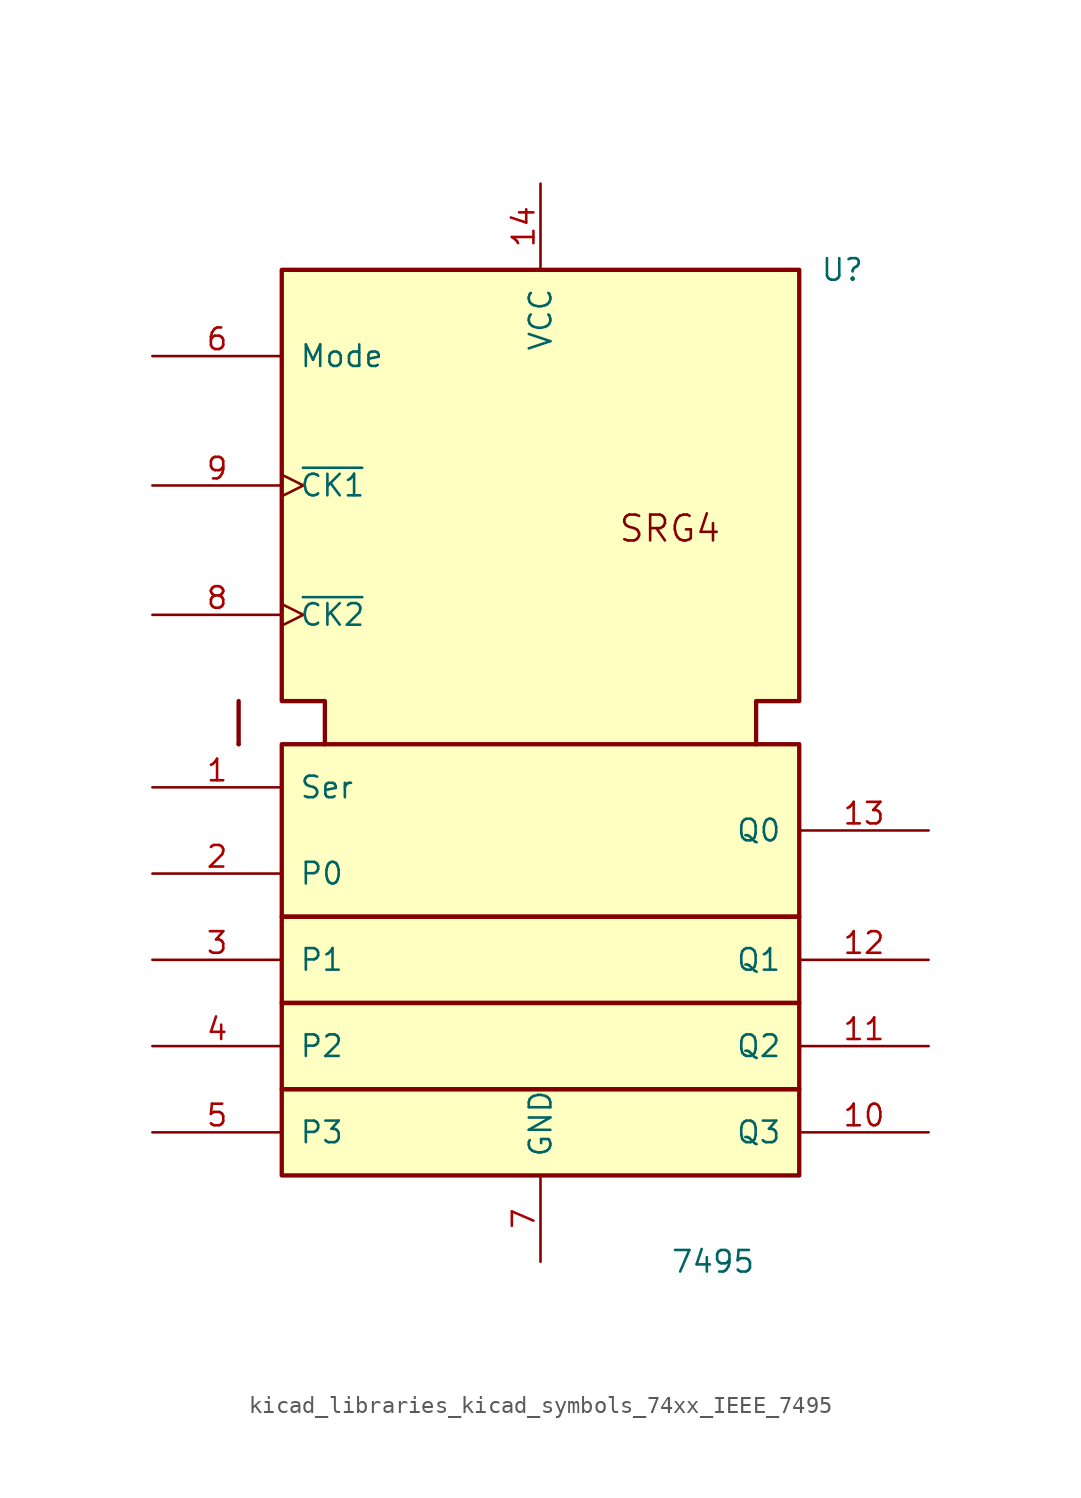
<source format=kicad_sym>
(kicad_symbol_lib
  (version 20220914)
  (generator kicad_symbol_editor)
  (symbol "kicad_libraries_kicad_symbols_74xx_IEEE_7495"
    (pin_names
      (offset 1.016))
    (property "Reference" "U"
      (at 17.78 27.94 0)
      (effects (font (size 1.27 1.27))))
    (property "Value" "7495"
      (at 10.16 -30.48 0)
      (effects (font (size 1.27 1.27))))
    (symbol "kicad_libraries_kicad_symbols_74xx_IEEE_7495_0_0"
      (polyline (pts (xy -17.78 0) (xy -17.78 0)) (stroke (width 0.254) (type default)) (fill (type background)))
      (polyline (pts (xy -17.78 2.54) (xy -17.78 0) (xy -17.78 0)) (stroke (width 0.254) (type default)) (fill (type background)))
      (text "SRG4" (at 7.62 12.7 0) (effects (font (size 1.524 1.524))))
      (pin power_in line (at 0 33.02 270) (length 5.08) (name "VCC" (effects (font (size 1.27 1.27)))) (number "14" (effects (font (size 1.27 1.27)))))
      (pin power_in line (at 0 -30.48 90) (length 5.08) (name "GND" (effects (font (size 1.27 1.27)))) (number "7" (effects (font (size 1.27 1.27))))))
    (symbol "kicad_libraries_kicad_symbols_74xx_IEEE_7495_0_1"
      (rectangle (start -15.24 -20.32) (end 15.24 -25.4) (stroke (width 0.254) (type default)) (fill (type background)))
      (rectangle (start -15.24 -15.24) (end 15.24 -20.32) (stroke (width 0.254) (type default)) (fill (type background)))
      (rectangle (start -15.24 -10.16) (end 15.24 -15.24) (stroke (width 0.254) (type default)) (fill (type background)))
      (rectangle (start -15.24 0) (end 15.24 -10.16) (stroke (width 0.254) (type default)) (fill (type background)))
      (polyline (pts (xy -12.7 0) (xy -12.7 2.54) (xy -15.24 2.54) (xy -15.24 27.94) (xy 15.24 27.94) (xy 15.24 2.54) (xy 12.7 2.54) (xy 12.7 0) (xy 12.7 0)) (stroke (width 0.254) (type default)) (fill (type background))))
    (symbol "kicad_libraries_kicad_symbols_74xx_IEEE_7495_1_1"
      (pin input line (at -22.86 -2.54 0) (length 7.62) (name "Ser" (effects (font (size 1.27 1.27)))) (number "1" (effects (font (size 1.27 1.27)))))
      (pin output line (at 22.86 -22.86 180) (length 7.62) (name "Q3" (effects (font (size 1.27 1.27)))) (number "10" (effects (font (size 1.27 1.27)))))
      (pin output line (at 22.86 -17.78 180) (length 7.62) (name "Q2" (effects (font (size 1.27 1.27)))) (number "11" (effects (font (size 1.27 1.27)))))
      (pin output line (at 22.86 -12.7 180) (length 7.62) (name "Q1" (effects (font (size 1.27 1.27)))) (number "12" (effects (font (size 1.27 1.27)))))
      (pin output line (at 22.86 -5.08 180) (length 7.62) (name "Q0" (effects (font (size 1.27 1.27)))) (number "13" (effects (font (size 1.27 1.27)))))
      (pin input line (at -22.86 -7.62 0) (length 7.62) (name "P0" (effects (font (size 1.27 1.27)))) (number "2" (effects (font (size 1.27 1.27)))))
      (pin input line (at -22.86 -12.7 0) (length 7.62) (name "P1" (effects (font (size 1.27 1.27)))) (number "3" (effects (font (size 1.27 1.27)))))
      (pin input line (at -22.86 -17.78 0) (length 7.62) (name "P2" (effects (font (size 1.27 1.27)))) (number "4" (effects (font (size 1.27 1.27)))))
      (pin input line (at -22.86 -22.86 0) (length 7.62) (name "P3" (effects (font (size 1.27 1.27)))) (number "5" (effects (font (size 1.27 1.27)))))
      (pin input line (at -22.86 22.86 0) (length 7.62) (name "Mode" (effects (font (size 1.27 1.27)))) (number "6" (effects (font (size 1.27 1.27)))))
      (pin input clock (at -22.86 7.62 0) (length 7.62) (name "~{CK2}" (effects (font (size 1.27 1.27)))) (number "8" (effects (font (size 1.27 1.27)))))
      (pin input clock (at -22.86 15.24 0) (length 7.62) (name "~{CK1}" (effects (font (size 1.27 1.27)))) (number "9" (effects (font (size 1.27 1.27))))))))
</source>
